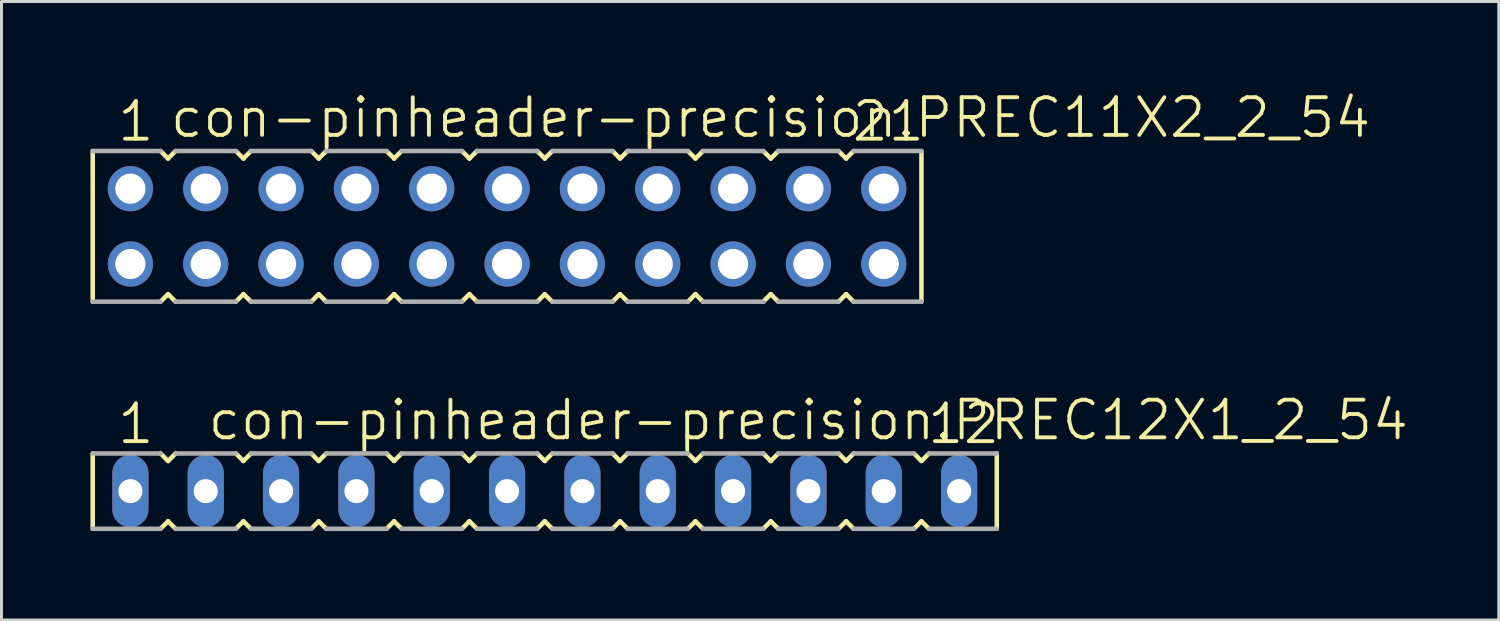
<source format=kicad_pcb>
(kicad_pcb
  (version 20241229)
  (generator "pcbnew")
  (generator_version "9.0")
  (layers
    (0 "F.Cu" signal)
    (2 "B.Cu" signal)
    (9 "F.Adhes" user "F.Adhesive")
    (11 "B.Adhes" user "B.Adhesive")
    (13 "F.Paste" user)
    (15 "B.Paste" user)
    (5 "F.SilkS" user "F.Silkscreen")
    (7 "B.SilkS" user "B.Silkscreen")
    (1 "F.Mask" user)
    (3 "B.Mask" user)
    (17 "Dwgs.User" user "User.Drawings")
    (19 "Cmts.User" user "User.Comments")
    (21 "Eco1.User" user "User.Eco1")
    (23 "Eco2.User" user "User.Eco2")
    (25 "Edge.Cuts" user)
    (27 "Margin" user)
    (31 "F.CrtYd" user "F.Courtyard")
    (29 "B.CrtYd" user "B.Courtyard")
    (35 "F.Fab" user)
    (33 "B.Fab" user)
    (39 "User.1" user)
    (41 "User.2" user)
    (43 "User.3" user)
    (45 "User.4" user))
  (footprint "con-pinheader-precision.PREC11X2_2_54"
    (layer "F.Cu")
    (at 14.046 4.581)
    (property "Reference" "con-pinheader-precision.PREC11X2_2_54" (at -11.43 -2.921 0) (layer "F.SilkS") (effects (font (size 1.27 1.27) (thickness 0.13)) (justify left bottom)))
    (attr through_hole)
    (fp_line (start -13.97 -2.54) (end -13.97 2.54) (stroke (width 0.152) (type default)) (layer "F.SilkS"))
    (fp_line (start -11.684 2.54) (end -11.43 2.286) (stroke (width 0.152) (type default)) (layer "F.SilkS"))
    (fp_line (start -11.43 -2.286) (end -11.684 -2.54) (stroke (width 0.152) (type default)) (layer "F.SilkS"))
    (fp_line (start -11.43 2.286) (end -11.176 2.54) (stroke (width 0.152) (type default)) (layer "F.SilkS"))
    (fp_line (start -11.176 -2.54) (end -11.43 -2.286) (stroke (width 0.152) (type default)) (layer "F.SilkS"))
    (fp_line (start -9.144 2.54) (end -8.89 2.286) (stroke (width 0.152) (type default)) (layer "F.SilkS"))
    (fp_line (start -8.89 -2.286) (end -9.144 -2.54) (stroke (width 0.152) (type default)) (layer "F.SilkS"))
    (fp_line (start -8.89 2.286) (end -8.636 2.54) (stroke (width 0.152) (type default)) (layer "F.SilkS"))
    (fp_line (start -8.636 -2.54) (end -8.89 -2.286) (stroke (width 0.152) (type default)) (layer "F.SilkS"))
    (fp_line (start -6.604 2.54) (end -6.35 2.286) (stroke (width 0.152) (type default)) (layer "F.SilkS"))
    (fp_line (start -6.35 -2.286) (end -6.604 -2.54) (stroke (width 0.152) (type default)) (layer "F.SilkS"))
    (fp_line (start -6.35 2.286) (end -6.096 2.54) (stroke (width 0.152) (type default)) (layer "F.SilkS"))
    (fp_line (start -6.096 -2.54) (end -6.35 -2.286) (stroke (width 0.152) (type default)) (layer "F.SilkS"))
    (fp_line (start -4.064 2.54) (end -3.81 2.286) (stroke (width 0.152) (type default)) (layer "F.SilkS"))
    (fp_line (start -3.81 -2.286) (end -4.064 -2.54) (stroke (width 0.152) (type default)) (layer "F.SilkS"))
    (fp_line (start -3.81 2.286) (end -3.556 2.54) (stroke (width 0.152) (type default)) (layer "F.SilkS"))
    (fp_line (start -3.556 -2.54) (end -3.81 -2.286) (stroke (width 0.152) (type default)) (layer "F.SilkS"))
    (fp_line (start -1.524 2.54) (end -1.27 2.286) (stroke (width 0.152) (type default)) (layer "F.SilkS"))
    (fp_line (start -1.27 -2.286) (end -1.524 -2.54) (stroke (width 0.152) (type default)) (layer "F.SilkS"))
    (fp_line (start -1.27 2.286) (end -1.016 2.54) (stroke (width 0.152) (type default)) (layer "F.SilkS"))
    (fp_line (start -1.016 -2.54) (end -1.27 -2.286) (stroke (width 0.152) (type default)) (layer "F.SilkS"))
    (fp_line (start 1.016 2.54) (end 1.27 2.286) (stroke (width 0.152) (type default)) (layer "F.SilkS"))
    (fp_line (start 1.27 -2.286) (end 1.016 -2.54) (stroke (width 0.152) (type default)) (layer "F.SilkS"))
    (fp_line (start 1.27 2.286) (end 1.524 2.54) (stroke (width 0.152) (type default)) (layer "F.SilkS"))
    (fp_line (start 1.524 -2.54) (end 1.27 -2.286) (stroke (width 0.152) (type default)) (layer "F.SilkS"))
    (fp_line (start 3.556 2.54) (end 3.81 2.286) (stroke (width 0.152) (type default)) (layer "F.SilkS"))
    (fp_line (start 3.81 -2.286) (end 3.556 -2.54) (stroke (width 0.152) (type default)) (layer "F.SilkS"))
    (fp_line (start 3.81 2.286) (end 4.064 2.54) (stroke (width 0.152) (type default)) (layer "F.SilkS"))
    (fp_line (start 4.064 -2.54) (end 3.81 -2.286) (stroke (width 0.152) (type default)) (layer "F.SilkS"))
    (fp_line (start 6.096 2.54) (end 6.35 2.286) (stroke (width 0.152) (type default)) (layer "F.SilkS"))
    (fp_line (start 6.35 -2.286) (end 6.096 -2.54) (stroke (width 0.152) (type default)) (layer "F.SilkS"))
    (fp_line (start 6.35 2.286) (end 6.604 2.54) (stroke (width 0.152) (type default)) (layer "F.SilkS"))
    (fp_line (start 6.604 -2.54) (end 6.35 -2.286) (stroke (width 0.152) (type default)) (layer "F.SilkS"))
    (fp_line (start 8.636 2.54) (end 8.89 2.286) (stroke (width 0.152) (type default)) (layer "F.SilkS"))
    (fp_line (start 8.89 -2.286) (end 8.636 -2.54) (stroke (width 0.152) (type default)) (layer "F.SilkS"))
    (fp_line (start 8.89 2.286) (end 9.144 2.54) (stroke (width 0.152) (type default)) (layer "F.SilkS"))
    (fp_line (start 9.144 -2.54) (end 8.89 -2.286) (stroke (width 0.152) (type default)) (layer "F.SilkS"))
    (fp_line (start 11.176 2.54) (end 11.43 2.286) (stroke (width 0.152) (type default)) (layer "F.SilkS"))
    (fp_line (start 11.43 -2.286) (end 11.176 -2.54) (stroke (width 0.152) (type default)) (layer "F.SilkS"))
    (fp_line (start 11.43 2.286) (end 11.684 2.54) (stroke (width 0.152) (type default)) (layer "F.SilkS"))
    (fp_line (start 11.684 -2.54) (end 11.43 -2.286) (stroke (width 0.152) (type default)) (layer "F.SilkS"))
    (fp_line (start 13.97 2.54) (end 13.97 -2.54) (stroke (width 0.152) (type default)) (layer "F.SilkS"))
    (fp_line (start -13.97 2.54) (end -11.684 2.54) (stroke (width 0.152) (type default)) (layer "F.Fab"))
    (fp_line (start -11.684 -2.54) (end -13.97 -2.54) (stroke (width 0.152) (type default)) (layer "F.Fab"))
    (fp_line (start -11.176 2.54) (end -9.144 2.54) (stroke (width 0.152) (type default)) (layer "F.Fab"))
    (fp_line (start -9.144 -2.54) (end -11.176 -2.54) (stroke (width 0.152) (type default)) (layer "F.Fab"))
    (fp_line (start -8.636 2.54) (end -6.604 2.54) (stroke (width 0.152) (type default)) (layer "F.Fab"))
    (fp_line (start -6.604 -2.54) (end -8.636 -2.54) (stroke (width 0.152) (type default)) (layer "F.Fab"))
    (fp_line (start -6.096 2.54) (end -4.064 2.54) (stroke (width 0.152) (type default)) (layer "F.Fab"))
    (fp_line (start -4.064 -2.54) (end -6.096 -2.54) (stroke (width 0.152) (type default)) (layer "F.Fab"))
    (fp_line (start -3.556 2.54) (end -1.524 2.54) (stroke (width 0.152) (type default)) (layer "F.Fab"))
    (fp_line (start -1.524 -2.54) (end -3.556 -2.54) (stroke (width 0.152) (type default)) (layer "F.Fab"))
    (fp_line (start -1.016 2.54) (end 1.016 2.54) (stroke (width 0.152) (type default)) (layer "F.Fab"))
    (fp_line (start 1.016 -2.54) (end -1.016 -2.54) (stroke (width 0.152) (type default)) (layer "F.Fab"))
    (fp_line (start 1.524 2.54) (end 3.556 2.54) (stroke (width 0.152) (type default)) (layer "F.Fab"))
    (fp_line (start 3.556 -2.54) (end 1.524 -2.54) (stroke (width 0.152) (type default)) (layer "F.Fab"))
    (fp_line (start 4.064 2.54) (end 6.096 2.54) (stroke (width 0.152) (type default)) (layer "F.Fab"))
    (fp_line (start 6.096 -2.54) (end 4.064 -2.54) (stroke (width 0.152) (type default)) (layer "F.Fab"))
    (fp_line (start 6.604 2.54) (end 8.636 2.54) (stroke (width 0.152) (type default)) (layer "F.Fab"))
    (fp_line (start 8.636 -2.54) (end 6.604 -2.54) (stroke (width 0.152) (type default)) (layer "F.Fab"))
    (fp_line (start 9.144 2.54) (end 11.176 2.54) (stroke (width 0.152) (type default)) (layer "F.Fab"))
    (fp_line (start 11.176 -2.54) (end 9.144 -2.54) (stroke (width 0.152) (type default)) (layer "F.Fab"))
    (fp_line (start 11.684 2.54) (end 13.97 2.54) (stroke (width 0.152) (type default)) (layer "F.Fab"))
    (fp_line (start 13.97 -2.54) (end 11.684 -2.54) (stroke (width 0.152) (type default)) (layer "F.Fab"))
    (fp_text user "21" (at 11.557 -2.794 0) (layer "F.SilkS") (effects (font (size 1.27 1.27) (thickness 0.13)) (justify left bottom)))
    (fp_text user "1" (at -13.208 -2.794 0) (layer "F.SilkS") (effects (font (size 1.27 1.27) (thickness 0.13)) (justify left bottom)))
    (pad "1" thru_hole circle (at -12.7 -1.27 180) (size 1.524 1.524) (drill 1.016) (layers "*.Cu" "*.Mask"))
    (pad "2" thru_hole circle (at -12.7 1.27 180) (size 1.524 1.524) (drill 1.016) (layers "*.Cu" "*.Mask"))
    (pad "3" thru_hole circle (at -10.16 -1.27 180) (size 1.524 1.524) (drill 1.016) (layers "*.Cu" "*.Mask"))
    (pad "4" thru_hole circle (at -10.16 1.27 180) (size 1.524 1.524) (drill 1.016) (layers "*.Cu" "*.Mask"))
    (pad "5" thru_hole circle (at -7.62 -1.27 180) (size 1.524 1.524) (drill 1.016) (layers "*.Cu" "*.Mask"))
    (pad "6" thru_hole circle (at -7.62 1.27 180) (size 1.524 1.524) (drill 1.016) (layers "*.Cu" "*.Mask"))
    (pad "7" thru_hole circle (at -5.08 -1.27 180) (size 1.524 1.524) (drill 1.016) (layers "*.Cu" "*.Mask"))
    (pad "8" thru_hole circle (at -5.08 1.27 180) (size 1.524 1.524) (drill 1.016) (layers "*.Cu" "*.Mask"))
    (pad "9" thru_hole circle (at -2.54 -1.27 180) (size 1.524 1.524) (drill 1.016) (layers "*.Cu" "*.Mask"))
    (pad "10" thru_hole circle (at -2.54 1.27 180) (size 1.524 1.524) (drill 1.016) (layers "*.Cu" "*.Mask"))
    (pad "11" thru_hole circle (at 0 -1.27 180) (size 1.524 1.524) (drill 1.016) (layers "*.Cu" "*.Mask"))
    (pad "12" thru_hole circle (at 0 1.27 180) (size 1.524 1.524) (drill 1.016) (layers "*.Cu" "*.Mask"))
    (pad "13" thru_hole circle (at 2.54 -1.27 180) (size 1.524 1.524) (drill 1.016) (layers "*.Cu" "*.Mask"))
    (pad "14" thru_hole circle (at 2.54 1.27 180) (size 1.524 1.524) (drill 1.016) (layers "*.Cu" "*.Mask"))
    (pad "15" thru_hole circle (at 5.08 -1.27 180) (size 1.524 1.524) (drill 1.016) (layers "*.Cu" "*.Mask"))
    (pad "16" thru_hole circle (at 5.08 1.27 180) (size 1.524 1.524) (drill 1.016) (layers "*.Cu" "*.Mask"))
    (pad "17" thru_hole circle (at 7.62 -1.27 180) (size 1.524 1.524) (drill 1.016) (layers "*.Cu" "*.Mask"))
    (pad "18" thru_hole circle (at 7.62 1.27 180) (size 1.524 1.524) (drill 1.016) (layers "*.Cu" "*.Mask"))
    (pad "19" thru_hole circle (at 10.16 -1.27 180) (size 1.524 1.524) (drill 1.016) (layers "*.Cu" "*.Mask"))
    (pad "20" thru_hole circle (at 10.16 1.27 180) (size 1.524 1.524) (drill 1.016) (layers "*.Cu" "*.Mask"))
    (pad "21" thru_hole circle (at 12.7 -1.27 180) (size 1.524 1.524) (drill 1.016) (layers "*.Cu" "*.Mask"))
    (pad "22" thru_hole circle (at 12.7 1.27 180) (size 1.524 1.524) (drill 1.016) (layers "*.Cu" "*.Mask")))
  (footprint "con-pinheader-precision.PREC12X1_2_54"
    (layer "F.Cu")
    (at 15.316 13.508)
    (property "Reference" "con-pinheader-precision.PREC12X1_2_54" (at -11.43 -1.651 0) (layer "F.SilkS") (effects (font (size 1.27 1.27) (thickness 0.13)) (justify left bottom)))
    (attr through_hole)
    (fp_line (start -15.24 -1.27) (end -15.24 1.27) (stroke (width 0.152) (type default)) (layer "F.SilkS"))
    (fp_line (start -12.954 1.27) (end -12.7 1.016) (stroke (width 0.152) (type default)) (layer "F.SilkS"))
    (fp_line (start -12.7 -1.016) (end -12.954 -1.27) (stroke (width 0.152) (type default)) (layer "F.SilkS"))
    (fp_line (start -12.7 1.016) (end -12.446 1.27) (stroke (width 0.152) (type default)) (layer "F.SilkS"))
    (fp_line (start -12.446 -1.27) (end -12.7 -1.016) (stroke (width 0.152) (type default)) (layer "F.SilkS"))
    (fp_line (start -10.414 1.27) (end -10.16 1.016) (stroke (width 0.152) (type default)) (layer "F.SilkS"))
    (fp_line (start -10.16 -1.016) (end -10.414 -1.27) (stroke (width 0.152) (type default)) (layer "F.SilkS"))
    (fp_line (start -10.16 1.016) (end -9.906 1.27) (stroke (width 0.152) (type default)) (layer "F.SilkS"))
    (fp_line (start -9.906 -1.27) (end -10.16 -1.016) (stroke (width 0.152) (type default)) (layer "F.SilkS"))
    (fp_line (start -7.874 1.27) (end -7.62 1.016) (stroke (width 0.152) (type default)) (layer "F.SilkS"))
    (fp_line (start -7.62 -1.016) (end -7.874 -1.27) (stroke (width 0.152) (type default)) (layer "F.SilkS"))
    (fp_line (start -7.62 1.016) (end -7.366 1.27) (stroke (width 0.152) (type default)) (layer "F.SilkS"))
    (fp_line (start -7.366 -1.27) (end -7.62 -1.016) (stroke (width 0.152) (type default)) (layer "F.SilkS"))
    (fp_line (start -5.334 1.27) (end -5.08 1.016) (stroke (width 0.152) (type default)) (layer "F.SilkS"))
    (fp_line (start -5.08 -1.016) (end -5.334 -1.27) (stroke (width 0.152) (type default)) (layer "F.SilkS"))
    (fp_line (start -5.08 1.016) (end -4.826 1.27) (stroke (width 0.152) (type default)) (layer "F.SilkS"))
    (fp_line (start -4.826 -1.27) (end -5.08 -1.016) (stroke (width 0.152) (type default)) (layer "F.SilkS"))
    (fp_line (start -2.794 1.27) (end -2.54 1.016) (stroke (width 0.152) (type default)) (layer "F.SilkS"))
    (fp_line (start -2.54 -1.016) (end -2.794 -1.27) (stroke (width 0.152) (type default)) (layer "F.SilkS"))
    (fp_line (start -2.54 1.016) (end -2.286 1.27) (stroke (width 0.152) (type default)) (layer "F.SilkS"))
    (fp_line (start -2.286 -1.27) (end -2.54 -1.016) (stroke (width 0.152) (type default)) (layer "F.SilkS"))
    (fp_line (start -0.254 1.27) (end 0 1.016) (stroke (width 0.152) (type default)) (layer "F.SilkS"))
    (fp_line (start 0 -1.016) (end -0.254 -1.27) (stroke (width 0.152) (type default)) (layer "F.SilkS"))
    (fp_line (start 0 1.016) (end 0.254 1.27) (stroke (width 0.152) (type default)) (layer "F.SilkS"))
    (fp_line (start 0.254 -1.27) (end 0 -1.016) (stroke (width 0.152) (type default)) (layer "F.SilkS"))
    (fp_line (start 2.286 1.27) (end 2.54 1.016) (stroke (width 0.152) (type default)) (layer "F.SilkS"))
    (fp_line (start 2.54 -1.016) (end 2.286 -1.27) (stroke (width 0.152) (type default)) (layer "F.SilkS"))
    (fp_line (start 2.54 1.016) (end 2.794 1.27) (stroke (width 0.152) (type default)) (layer "F.SilkS"))
    (fp_line (start 2.794 -1.27) (end 2.54 -1.016) (stroke (width 0.152) (type default)) (layer "F.SilkS"))
    (fp_line (start 4.826 1.27) (end 5.08 1.016) (stroke (width 0.152) (type default)) (layer "F.SilkS"))
    (fp_line (start 5.08 -1.016) (end 4.826 -1.27) (stroke (width 0.152) (type default)) (layer "F.SilkS"))
    (fp_line (start 5.08 1.016) (end 5.334 1.27) (stroke (width 0.152) (type default)) (layer "F.SilkS"))
    (fp_line (start 5.334 -1.27) (end 5.08 -1.016) (stroke (width 0.152) (type default)) (layer "F.SilkS"))
    (fp_line (start 7.366 1.27) (end 7.62 1.016) (stroke (width 0.152) (type default)) (layer "F.SilkS"))
    (fp_line (start 7.62 -1.016) (end 7.366 -1.27) (stroke (width 0.152) (type default)) (layer "F.SilkS"))
    (fp_line (start 7.62 1.016) (end 7.874 1.27) (stroke (width 0.152) (type default)) (layer "F.SilkS"))
    (fp_line (start 7.874 -1.27) (end 7.62 -1.016) (stroke (width 0.152) (type default)) (layer "F.SilkS"))
    (fp_line (start 9.906 1.27) (end 10.16 1.016) (stroke (width 0.152) (type default)) (layer "F.SilkS"))
    (fp_line (start 10.16 -1.016) (end 9.906 -1.27) (stroke (width 0.152) (type default)) (layer "F.SilkS"))
    (fp_line (start 10.16 1.016) (end 10.414 1.27) (stroke (width 0.152) (type default)) (layer "F.SilkS"))
    (fp_line (start 10.414 -1.27) (end 10.16 -1.016) (stroke (width 0.152) (type default)) (layer "F.SilkS"))
    (fp_line (start 12.446 1.27) (end 12.7 1.016) (stroke (width 0.152) (type default)) (layer "F.SilkS"))
    (fp_line (start 12.7 -1.016) (end 12.446 -1.27) (stroke (width 0.152) (type default)) (layer "F.SilkS"))
    (fp_line (start 12.7 1.016) (end 12.954 1.27) (stroke (width 0.152) (type default)) (layer "F.SilkS"))
    (fp_line (start 12.954 -1.27) (end 12.7 -1.016) (stroke (width 0.152) (type default)) (layer "F.SilkS"))
    (fp_line (start 15.24 1.27) (end 15.24 -1.27) (stroke (width 0.152) (type default)) (layer "F.SilkS"))
    (fp_line (start -15.24 1.27) (end -12.954 1.27) (stroke (width 0.152) (type default)) (layer "F.Fab"))
    (fp_line (start -12.954 -1.27) (end -15.24 -1.27) (stroke (width 0.152) (type default)) (layer "F.Fab"))
    (fp_line (start -12.446 1.27) (end -10.414 1.27) (stroke (width 0.152) (type default)) (layer "F.Fab"))
    (fp_line (start -10.414 -1.27) (end -12.446 -1.27) (stroke (width 0.152) (type default)) (layer "F.Fab"))
    (fp_line (start -9.906 1.27) (end -7.874 1.27) (stroke (width 0.152) (type default)) (layer "F.Fab"))
    (fp_line (start -7.874 -1.27) (end -9.906 -1.27) (stroke (width 0.152) (type default)) (layer "F.Fab"))
    (fp_line (start -7.366 1.27) (end -5.334 1.27) (stroke (width 0.152) (type default)) (layer "F.Fab"))
    (fp_line (start -5.334 -1.27) (end -7.366 -1.27) (stroke (width 0.152) (type default)) (layer "F.Fab"))
    (fp_line (start -4.826 1.27) (end -2.794 1.27) (stroke (width 0.152) (type default)) (layer "F.Fab"))
    (fp_line (start -2.794 -1.27) (end -4.826 -1.27) (stroke (width 0.152) (type default)) (layer "F.Fab"))
    (fp_line (start -2.286 1.27) (end -0.254 1.27) (stroke (width 0.152) (type default)) (layer "F.Fab"))
    (fp_line (start -0.254 -1.27) (end -2.286 -1.27) (stroke (width 0.152) (type default)) (layer "F.Fab"))
    (fp_line (start 0.254 1.27) (end 2.286 1.27) (stroke (width 0.152) (type default)) (layer "F.Fab"))
    (fp_line (start 2.286 -1.27) (end 0.254 -1.27) (stroke (width 0.152) (type default)) (layer "F.Fab"))
    (fp_line (start 2.794 1.27) (end 4.826 1.27) (stroke (width 0.152) (type default)) (layer "F.Fab"))
    (fp_line (start 4.826 -1.27) (end 2.794 -1.27) (stroke (width 0.152) (type default)) (layer "F.Fab"))
    (fp_line (start 5.334 1.27) (end 7.366 1.27) (stroke (width 0.152) (type default)) (layer "F.Fab"))
    (fp_line (start 7.366 -1.27) (end 5.334 -1.27) (stroke (width 0.152) (type default)) (layer "F.Fab"))
    (fp_line (start 7.874 1.27) (end 9.906 1.27) (stroke (width 0.152) (type default)) (layer "F.Fab"))
    (fp_line (start 9.906 -1.27) (end 7.874 -1.27) (stroke (width 0.152) (type default)) (layer "F.Fab"))
    (fp_line (start 10.414 1.27) (end 12.446 1.27) (stroke (width 0.152) (type default)) (layer "F.Fab"))
    (fp_line (start 12.446 -1.27) (end 10.414 -1.27) (stroke (width 0.152) (type default)) (layer "F.Fab"))
    (fp_line (start 12.954 1.27) (end 15.24 1.27) (stroke (width 0.152) (type default)) (layer "F.Fab"))
    (fp_line (start 15.24 -1.27) (end 12.954 -1.27) (stroke (width 0.152) (type default)) (layer "F.Fab"))
    (fp_text user "12" (at 12.827 -1.524 0) (layer "F.SilkS") (effects (font (size 1.27 1.27) (thickness 0.13)) (justify left bottom)))
    (fp_text user "1" (at -14.478 -1.524 0) (layer "F.SilkS") (effects (font (size 1.27 1.27) (thickness 0.13)) (justify left bottom)))
    (pad "1" thru_hole oval (at -13.97 0 90) (size 2.438 1.219) (drill 0.813) (layers "*.Cu" "*.Mask"))
    (pad "2" thru_hole oval (at -11.43 0 90) (size 2.438 1.219) (drill 0.813) (layers "*.Cu" "*.Mask"))
    (pad "3" thru_hole oval (at -8.89 0 90) (size 2.438 1.219) (drill 0.813) (layers "*.Cu" "*.Mask"))
    (pad "4" thru_hole oval (at -6.35 0 90) (size 2.438 1.219) (drill 0.813) (layers "*.Cu" "*.Mask"))
    (pad "5" thru_hole oval (at -3.81 0 90) (size 2.438 1.219) (drill 0.813) (layers "*.Cu" "*.Mask"))
    (pad "6" thru_hole oval (at -1.27 0 90) (size 2.438 1.219) (drill 0.813) (layers "*.Cu" "*.Mask"))
    (pad "7" thru_hole oval (at 1.27 0 90) (size 2.438 1.219) (drill 0.813) (layers "*.Cu" "*.Mask"))
    (pad "8" thru_hole oval (at 3.81 0 90) (size 2.438 1.219) (drill 0.813) (layers "*.Cu" "*.Mask"))
    (pad "9" thru_hole oval (at 6.35 0 90) (size 2.438 1.219) (drill 0.813) (layers "*.Cu" "*.Mask"))
    (pad "10" thru_hole oval (at 8.89 0 90) (size 2.438 1.219) (drill 0.813) (layers "*.Cu" "*.Mask"))
    (pad "11" thru_hole oval (at 11.43 0 90) (size 2.438 1.219) (drill 0.813) (layers "*.Cu" "*.Mask"))
    (pad "12" thru_hole oval (at 13.97 0 90) (size 2.438 1.219) (drill 0.813) (layers "*.Cu" "*.Mask")))
  (gr_rect
    (start -3 -3)
    (end 47.481 17.854)
    (stroke (width 0.1) (type default))
    (fill no)
    (layer "Edge.Cuts")))
</source>
